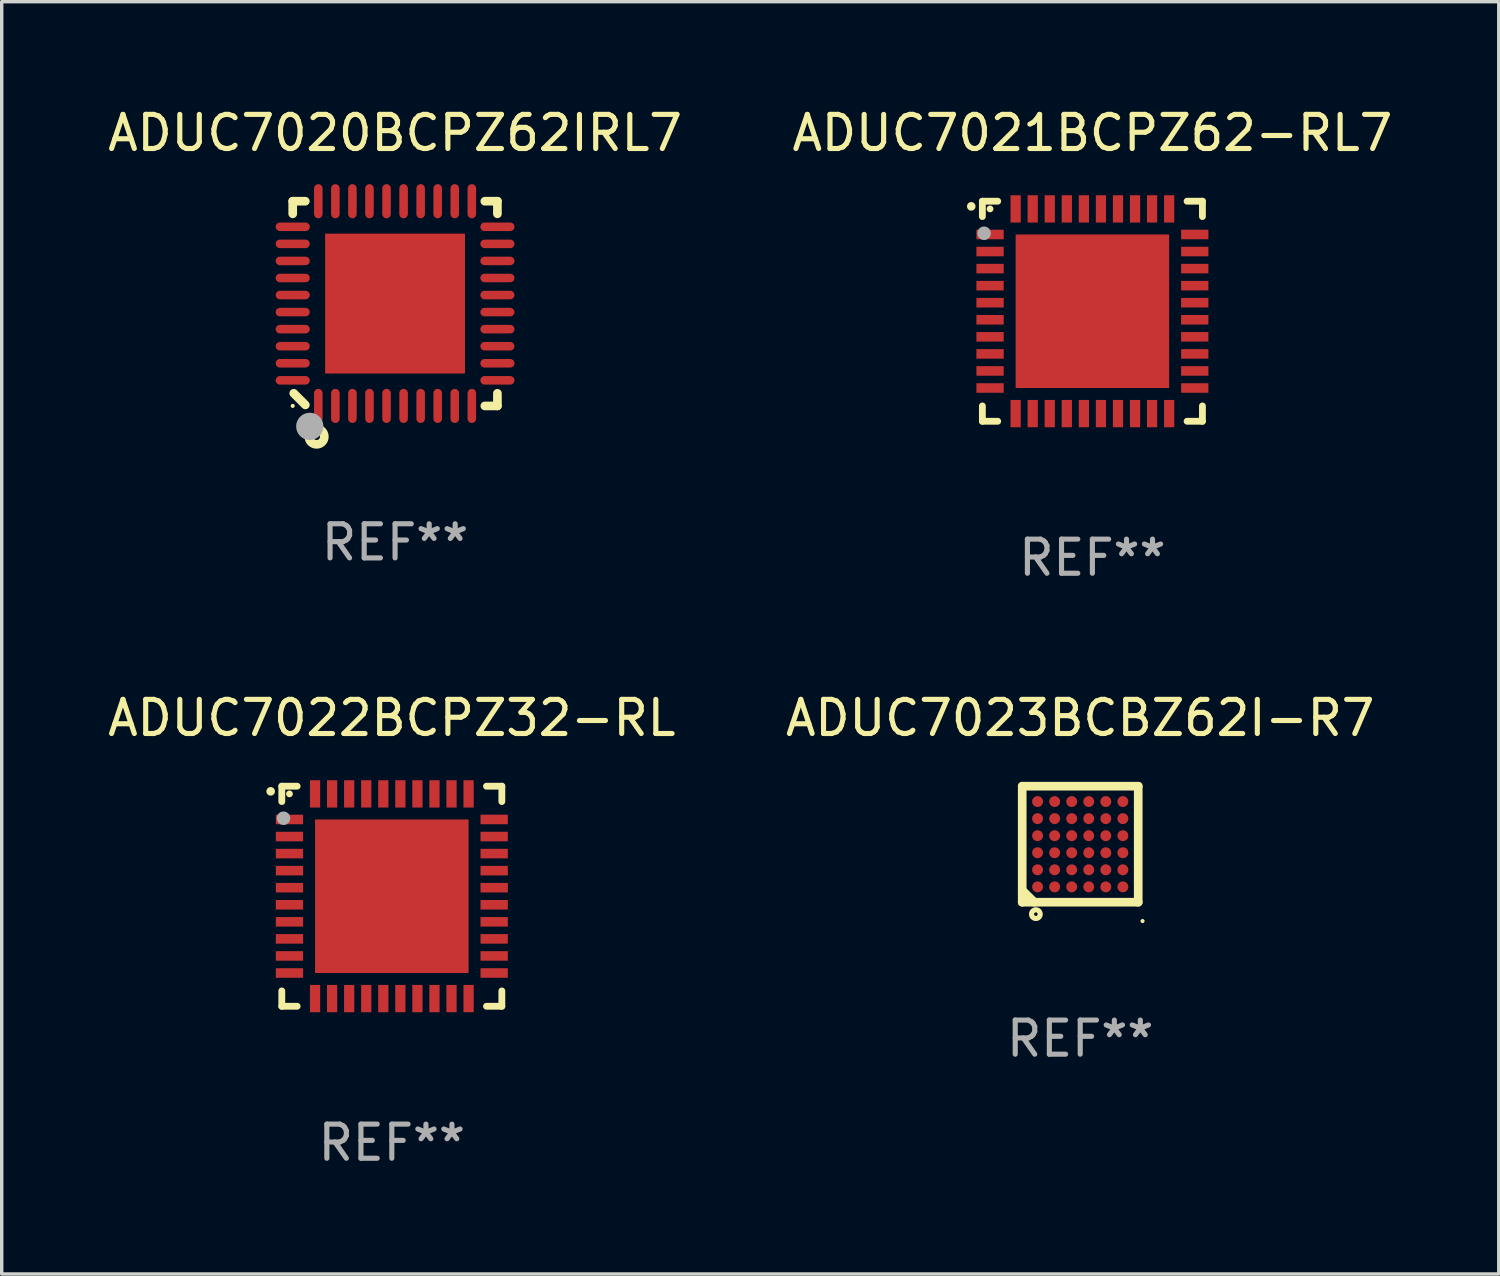
<source format=kicad_pcb>
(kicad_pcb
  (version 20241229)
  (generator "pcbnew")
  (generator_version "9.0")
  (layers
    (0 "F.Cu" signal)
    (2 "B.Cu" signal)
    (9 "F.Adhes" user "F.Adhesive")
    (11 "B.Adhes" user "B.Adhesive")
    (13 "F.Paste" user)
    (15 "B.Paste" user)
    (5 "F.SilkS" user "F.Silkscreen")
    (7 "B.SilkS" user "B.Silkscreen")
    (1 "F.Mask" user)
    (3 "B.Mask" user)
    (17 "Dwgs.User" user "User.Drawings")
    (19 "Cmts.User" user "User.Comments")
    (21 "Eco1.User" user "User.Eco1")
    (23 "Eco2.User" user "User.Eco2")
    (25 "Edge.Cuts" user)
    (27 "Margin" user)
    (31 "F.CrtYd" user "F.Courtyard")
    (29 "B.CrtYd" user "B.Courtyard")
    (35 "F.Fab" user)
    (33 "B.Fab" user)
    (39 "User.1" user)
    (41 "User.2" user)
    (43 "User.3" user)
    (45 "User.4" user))
  (footprint "ADUC7022BCPZ32-RL"
    (layer "F.Cu")
    (at 8.435 23.22)
    (property "Reference" "ADUC7022BCPZ32-RL" (at 0 -5.225 0) (layer "F.SilkS") (effects (font (size 1 1) (thickness 0.15))))
    (attr through_hole)
    (fp_line (start -3.225 -3.225) (end -2.775 -3.225) (stroke (width 0.2) (type solid)) (layer "F.SilkS"))
    (fp_line (start -3.225 -2.775) (end -3.225 -3.225) (stroke (width 0.2) (type solid)) (layer "F.SilkS"))
    (fp_line (start -3.225 2.775) (end -3.225 3.225) (stroke (width 0.2) (type solid)) (layer "F.SilkS"))
    (fp_line (start -3.225 3.225) (end -2.775 3.225) (stroke (width 0.2) (type solid)) (layer "F.SilkS"))
    (fp_line (start 2.775 -3.225) (end 3.225 -3.225) (stroke (width 0.2) (type solid)) (layer "F.SilkS"))
    (fp_line (start 2.775 3.225) (end 3.225 3.225) (stroke (width 0.2) (type solid)) (layer "F.SilkS"))
    (fp_line (start 3.225 -3.225) (end 3.225 -2.775) (stroke (width 0.2) (type solid)) (layer "F.SilkS"))
    (fp_line (start 3.225 3.225) (end 3.225 2.775) (stroke (width 0.2) (type solid)) (layer "F.SilkS"))
    (fp_arc (start -3.55094 -3.073406) (mid -3.550946 -3.074676) (end -3.55094 -3.075946) (stroke (width 0.25) (type solid)) (layer "F.SilkS"))
    (fp_circle (center -3 -3) (end -2.95 -3) (stroke (width 0.1) (type solid)) (fill no) (layer "F.SilkS"))
    (fp_circle (center -3.175 -2.286) (end -3.075 -2.286) (stroke (width 0.2) (type solid)) (fill no) (layer "F.Fab"))
    (fp_text user "REF**" (at 0 7.225 0) (layer "F.Fab") (effects (font (size 1 1) (thickness 0.15))))
    (pad "1" smd rect (at -3 -2.25) (size 0.8 0.28) (layers "F.Cu" "F.Mask" "F.Paste"))
    (pad "2" smd rect (at -3 -1.75) (size 0.8 0.28) (layers "F.Cu" "F.Mask" "F.Paste"))
    (pad "3" smd rect (at -3 -1.25) (size 0.8 0.28) (layers "F.Cu" "F.Mask" "F.Paste"))
    (pad "4" smd rect (at -3 -0.75) (size 0.8 0.28) (layers "F.Cu" "F.Mask" "F.Paste"))
    (pad "5" smd rect (at -3 -0.25) (size 0.8 0.28) (layers "F.Cu" "F.Mask" "F.Paste"))
    (pad "6" smd rect (at -3 0.25) (size 0.8 0.28) (layers "F.Cu" "F.Mask" "F.Paste"))
    (pad "7" smd rect (at -3 0.75) (size 0.8 0.28) (layers "F.Cu" "F.Mask" "F.Paste"))
    (pad "8" smd rect (at -3 1.25) (size 0.8 0.28) (layers "F.Cu" "F.Mask" "F.Paste"))
    (pad "9" smd rect (at -3 1.75) (size 0.8 0.28) (layers "F.Cu" "F.Mask" "F.Paste"))
    (pad "10" smd rect (at -3 2.25) (size 0.8 0.28) (layers "F.Cu" "F.Mask" "F.Paste"))
    (pad "11" smd rect (at -2.25 3) (size 0.3 0.8) (layers "F.Cu" "F.Mask" "F.Paste"))
    (pad "12" smd rect (at -1.75 3) (size 0.3 0.8) (layers "F.Cu" "F.Mask" "F.Paste"))
    (pad "13" smd rect (at -1.25 3) (size 0.3 0.8) (layers "F.Cu" "F.Mask" "F.Paste"))
    (pad "14" smd rect (at -0.75 3) (size 0.3 0.8) (layers "F.Cu" "F.Mask" "F.Paste"))
    (pad "15" smd rect (at -0.25 3) (size 0.3 0.8) (layers "F.Cu" "F.Mask" "F.Paste"))
    (pad "16" smd rect (at 0.25 3) (size 0.3 0.8) (layers "F.Cu" "F.Mask" "F.Paste"))
    (pad "17" smd rect (at 0.75 3) (size 0.3 0.8) (layers "F.Cu" "F.Mask" "F.Paste"))
    (pad "18" smd rect (at 1.25 3) (size 0.3 0.8) (layers "F.Cu" "F.Mask" "F.Paste"))
    (pad "19" smd rect (at 1.75 3) (size 0.3 0.8) (layers "F.Cu" "F.Mask" "F.Paste"))
    (pad "20" smd rect (at 2.25 3) (size 0.3 0.8) (layers "F.Cu" "F.Mask" "F.Paste"))
    (pad "21" smd rect (at 3 2.25) (size 0.8 0.28) (layers "F.Cu" "F.Mask" "F.Paste"))
    (pad "22" smd rect (at 3 1.75) (size 0.8 0.28) (layers "F.Cu" "F.Mask" "F.Paste"))
    (pad "23" smd rect (at 3 1.25) (size 0.8 0.28) (layers "F.Cu" "F.Mask" "F.Paste"))
    (pad "24" smd rect (at 3 0.75) (size 0.8 0.28) (layers "F.Cu" "F.Mask" "F.Paste"))
    (pad "25" smd rect (at 3 0.25) (size 0.8 0.28) (layers "F.Cu" "F.Mask" "F.Paste"))
    (pad "26" smd rect (at 3 -0.25) (size 0.8 0.28) (layers "F.Cu" "F.Mask" "F.Paste"))
    (pad "27" smd rect (at 3 -0.75) (size 0.8 0.28) (layers "F.Cu" "F.Mask" "F.Paste"))
    (pad "28" smd rect (at 3 -1.25) (size 0.8 0.28) (layers "F.Cu" "F.Mask" "F.Paste"))
    (pad "29" smd rect (at 3 -1.75) (size 0.8 0.28) (layers "F.Cu" "F.Mask" "F.Paste"))
    (pad "30" smd rect (at 3 -2.25) (size 0.8 0.28) (layers "F.Cu" "F.Mask" "F.Paste"))
    (pad "31" smd rect (at 2.25 -3) (size 0.3 0.8) (layers "F.Cu" "F.Mask" "F.Paste"))
    (pad "32" smd rect (at 1.75 -3) (size 0.3 0.8) (layers "F.Cu" "F.Mask" "F.Paste"))
    (pad "33" smd rect (at 1.25 -3) (size 0.3 0.8) (layers "F.Cu" "F.Mask" "F.Paste"))
    (pad "34" smd rect (at 0.75 -3) (size 0.3 0.8) (layers "F.Cu" "F.Mask" "F.Paste"))
    (pad "35" smd rect (at 0.25 -3) (size 0.3 0.8) (layers "F.Cu" "F.Mask" "F.Paste"))
    (pad "36" smd rect (at -0.25 -3) (size 0.3 0.8) (layers "F.Cu" "F.Mask" "F.Paste"))
    (pad "37" smd rect (at -0.75 -3) (size 0.3 0.8) (layers "F.Cu" "F.Mask" "F.Paste"))
    (pad "38" smd rect (at -1.25 -3) (size 0.3 0.8) (layers "F.Cu" "F.Mask" "F.Paste"))
    (pad "39" smd rect (at -1.75 -3) (size 0.3 0.8) (layers "F.Cu" "F.Mask" "F.Paste"))
    (pad "40" smd rect (at -2.25 -3) (size 0.3 0.8) (layers "F.Cu" "F.Mask" "F.Paste"))
    (pad "41" smd rect (at -0.000013 0) (size 4.5 4.5) (layers "F.Cu" "F.Mask" "F.Paste")))
  (footprint "ADUC7021BCPZ62-RL7"
    (layer "F.Cu")
    (at 28.97 6.073)
    (property "Reference" "ADUC7021BCPZ62-RL7" (at 0 -5.225 0) (layer "F.SilkS") (effects (font (size 1 1) (thickness 0.15))))
    (attr through_hole)
    (fp_line (start -3.225 -3.225) (end -2.775 -3.225) (stroke (width 0.2) (type solid)) (layer "F.SilkS"))
    (fp_line (start -3.225 -2.775) (end -3.225 -3.225) (stroke (width 0.2) (type solid)) (layer "F.SilkS"))
    (fp_line (start -3.225 2.775) (end -3.225 3.225) (stroke (width 0.2) (type solid)) (layer "F.SilkS"))
    (fp_line (start -3.225 3.225) (end -2.775 3.225) (stroke (width 0.2) (type solid)) (layer "F.SilkS"))
    (fp_line (start 2.775 -3.225) (end 3.225 -3.225) (stroke (width 0.2) (type solid)) (layer "F.SilkS"))
    (fp_line (start 2.775 3.225) (end 3.225 3.225) (stroke (width 0.2) (type solid)) (layer "F.SilkS"))
    (fp_line (start 3.225 -3.225) (end 3.225 -2.775) (stroke (width 0.2) (type solid)) (layer "F.SilkS"))
    (fp_line (start 3.225 3.225) (end 3.225 2.775) (stroke (width 0.2) (type solid)) (layer "F.SilkS"))
    (fp_arc (start -3.55094 -3.073406) (mid -3.550946 -3.074676) (end -3.55094 -3.075946) (stroke (width 0.25) (type solid)) (layer "F.SilkS"))
    (fp_circle (center -3 -3) (end -2.95 -3) (stroke (width 0.1) (type solid)) (fill no) (layer "F.SilkS"))
    (fp_circle (center -3.175 -2.286) (end -3.075 -2.286) (stroke (width 0.2) (type solid)) (fill no) (layer "F.Fab"))
    (fp_text user "REF**" (at 0 7.225 0) (layer "F.Fab") (effects (font (size 1 1) (thickness 0.15))))
    (pad "1" smd rect (at -3 -2.25) (size 0.8 0.28) (layers "F.Cu" "F.Mask" "F.Paste"))
    (pad "2" smd rect (at -3 -1.75) (size 0.8 0.28) (layers "F.Cu" "F.Mask" "F.Paste"))
    (pad "3" smd rect (at -3 -1.25) (size 0.8 0.28) (layers "F.Cu" "F.Mask" "F.Paste"))
    (pad "4" smd rect (at -3 -0.75) (size 0.8 0.28) (layers "F.Cu" "F.Mask" "F.Paste"))
    (pad "5" smd rect (at -3 -0.25) (size 0.8 0.28) (layers "F.Cu" "F.Mask" "F.Paste"))
    (pad "6" smd rect (at -3 0.25) (size 0.8 0.28) (layers "F.Cu" "F.Mask" "F.Paste"))
    (pad "7" smd rect (at -3 0.75) (size 0.8 0.28) (layers "F.Cu" "F.Mask" "F.Paste"))
    (pad "8" smd rect (at -3 1.25) (size 0.8 0.28) (layers "F.Cu" "F.Mask" "F.Paste"))
    (pad "9" smd rect (at -3 1.75) (size 0.8 0.28) (layers "F.Cu" "F.Mask" "F.Paste"))
    (pad "10" smd rect (at -3 2.25) (size 0.8 0.28) (layers "F.Cu" "F.Mask" "F.Paste"))
    (pad "11" smd rect (at -2.25 3) (size 0.3 0.8) (layers "F.Cu" "F.Mask" "F.Paste"))
    (pad "12" smd rect (at -1.75 3) (size 0.3 0.8) (layers "F.Cu" "F.Mask" "F.Paste"))
    (pad "13" smd rect (at -1.25 3) (size 0.3 0.8) (layers "F.Cu" "F.Mask" "F.Paste"))
    (pad "14" smd rect (at -0.75 3) (size 0.3 0.8) (layers "F.Cu" "F.Mask" "F.Paste"))
    (pad "15" smd rect (at -0.25 3) (size 0.3 0.8) (layers "F.Cu" "F.Mask" "F.Paste"))
    (pad "16" smd rect (at 0.25 3) (size 0.3 0.8) (layers "F.Cu" "F.Mask" "F.Paste"))
    (pad "17" smd rect (at 0.75 3) (size 0.3 0.8) (layers "F.Cu" "F.Mask" "F.Paste"))
    (pad "18" smd rect (at 1.25 3) (size 0.3 0.8) (layers "F.Cu" "F.Mask" "F.Paste"))
    (pad "19" smd rect (at 1.75 3) (size 0.3 0.8) (layers "F.Cu" "F.Mask" "F.Paste"))
    (pad "20" smd rect (at 2.25 3) (size 0.3 0.8) (layers "F.Cu" "F.Mask" "F.Paste"))
    (pad "21" smd rect (at 3 2.25) (size 0.8 0.28) (layers "F.Cu" "F.Mask" "F.Paste"))
    (pad "22" smd rect (at 3 1.75) (size 0.8 0.28) (layers "F.Cu" "F.Mask" "F.Paste"))
    (pad "23" smd rect (at 3 1.25) (size 0.8 0.28) (layers "F.Cu" "F.Mask" "F.Paste"))
    (pad "24" smd rect (at 3 0.75) (size 0.8 0.28) (layers "F.Cu" "F.Mask" "F.Paste"))
    (pad "25" smd rect (at 3 0.25) (size 0.8 0.28) (layers "F.Cu" "F.Mask" "F.Paste"))
    (pad "26" smd rect (at 3 -0.25) (size 0.8 0.28) (layers "F.Cu" "F.Mask" "F.Paste"))
    (pad "27" smd rect (at 3 -0.75) (size 0.8 0.28) (layers "F.Cu" "F.Mask" "F.Paste"))
    (pad "28" smd rect (at 3 -1.25) (size 0.8 0.28) (layers "F.Cu" "F.Mask" "F.Paste"))
    (pad "29" smd rect (at 3 -1.75) (size 0.8 0.28) (layers "F.Cu" "F.Mask" "F.Paste"))
    (pad "30" smd rect (at 3 -2.25) (size 0.8 0.28) (layers "F.Cu" "F.Mask" "F.Paste"))
    (pad "31" smd rect (at 2.25 -3) (size 0.3 0.8) (layers "F.Cu" "F.Mask" "F.Paste"))
    (pad "32" smd rect (at 1.75 -3) (size 0.3 0.8) (layers "F.Cu" "F.Mask" "F.Paste"))
    (pad "33" smd rect (at 1.25 -3) (size 0.3 0.8) (layers "F.Cu" "F.Mask" "F.Paste"))
    (pad "34" smd rect (at 0.75 -3) (size 0.3 0.8) (layers "F.Cu" "F.Mask" "F.Paste"))
    (pad "35" smd rect (at 0.25 -3) (size 0.3 0.8) (layers "F.Cu" "F.Mask" "F.Paste"))
    (pad "36" smd rect (at -0.25 -3) (size 0.3 0.8) (layers "F.Cu" "F.Mask" "F.Paste"))
    (pad "37" smd rect (at -0.75 -3) (size 0.3 0.8) (layers "F.Cu" "F.Mask" "F.Paste"))
    (pad "38" smd rect (at -1.25 -3) (size 0.3 0.8) (layers "F.Cu" "F.Mask" "F.Paste"))
    (pad "39" smd rect (at -1.75 -3) (size 0.3 0.8) (layers "F.Cu" "F.Mask" "F.Paste"))
    (pad "40" smd rect (at -2.25 -3) (size 0.3 0.8) (layers "F.Cu" "F.Mask" "F.Paste"))
    (pad "41" smd rect (at -0.000013 0) (size 4.5 4.5) (layers "F.Cu" "F.Mask" "F.Paste")))
  (footprint "ADUC7020BCPZ62IRL7"
    (layer "F.Cu")
    (at 8.53 5.848)
    (property "Reference" "ADUC7020BCPZ62IRL7" (at 0 -5 0) (layer "F.SilkS") (effects (font (size 1 1) (thickness 0.15))))
    (attr through_hole)
    (fp_line (start -3 -3) (end -3 -2.631) (stroke (width 0.254) (type solid)) (layer "F.SilkS"))
    (fp_line (start -2.631 -3) (end -3 -3) (stroke (width 0.254) (type solid)) (layer "F.SilkS"))
    (fp_line (start -2.63 2.97) (end -2.97 2.63) (stroke (width 0.254) (type solid)) (layer "F.SilkS"))
    (fp_line (start 2.631 -3) (end 3 -3) (stroke (width 0.254) (type solid)) (layer "F.SilkS"))
    (fp_line (start 3 -3) (end 3 -2.631) (stroke (width 0.254) (type solid)) (layer "F.SilkS"))
    (fp_line (start 3 2.631) (end 3 3) (stroke (width 0.254) (type solid)) (layer "F.SilkS"))
    (fp_line (start 3 3) (end 2.631 3) (stroke (width 0.254) (type solid)) (layer "F.SilkS"))
    (fp_circle (center -3 3) (end -2.97 3) (stroke (width 0.06) (type solid)) (fill no) (layer "F.SilkS"))
    (fp_circle (center -2.3 3.9) (end -2.2 3.9) (stroke (width 0.254) (type solid)) (fill no) (layer "F.SilkS"))
    (fp_circle (center -2.5 3.6) (end -2.3 3.6) (stroke (width 0.4) (type solid)) (fill no) (layer "F.Fab"))
    (fp_text user "REF**" (at 0 7 0) (layer "F.Fab") (effects (font (size 1 1) (thickness 0.15))))
    (pad "1" smd oval (at -2.25 3) (size 0.25 1) (layers "F.Cu" "F.Mask" "F.Paste"))
    (pad "2" smd oval (at -1.75 3) (size 0.25 1) (layers "F.Cu" "F.Mask" "F.Paste"))
    (pad "3" smd oval (at -1.25 3) (size 0.25 1) (layers "F.Cu" "F.Mask" "F.Paste"))
    (pad "4" smd oval (at -0.75 3) (size 0.25 1) (layers "F.Cu" "F.Mask" "F.Paste"))
    (pad "5" smd oval (at -0.25 3) (size 0.25 1) (layers "F.Cu" "F.Mask" "F.Paste"))
    (pad "6" smd oval (at 0.25 3) (size 0.25 1) (layers "F.Cu" "F.Mask" "F.Paste"))
    (pad "7" smd oval (at 0.75 3) (size 0.25 1) (layers "F.Cu" "F.Mask" "F.Paste"))
    (pad "8" smd oval (at 1.25 3) (size 0.25 1) (layers "F.Cu" "F.Mask" "F.Paste"))
    (pad "9" smd oval (at 1.75 3) (size 0.25 1) (layers "F.Cu" "F.Mask" "F.Paste"))
    (pad "10" smd oval (at 2.25 3) (size 0.25 1) (layers "F.Cu" "F.Mask" "F.Paste"))
    (pad "11" smd oval (at 3 2.25 90) (size 0.25 1) (layers "F.Cu" "F.Mask" "F.Paste"))
    (pad "12" smd oval (at 3 1.75 90) (size 0.25 1) (layers "F.Cu" "F.Mask" "F.Paste"))
    (pad "13" smd oval (at 3 1.25 90) (size 0.25 1) (layers "F.Cu" "F.Mask" "F.Paste"))
    (pad "14" smd oval (at 3 0.75 90) (size 0.25 1) (layers "F.Cu" "F.Mask" "F.Paste"))
    (pad "15" smd oval (at 3 0.25 90) (size 0.25 1) (layers "F.Cu" "F.Mask" "F.Paste"))
    (pad "16" smd oval (at 3 -0.25 90) (size 0.25 1) (layers "F.Cu" "F.Mask" "F.Paste"))
    (pad "17" smd oval (at 3 -0.75 90) (size 0.25 1) (layers "F.Cu" "F.Mask" "F.Paste"))
    (pad "18" smd oval (at 3 -1.25 90) (size 0.25 1) (layers "F.Cu" "F.Mask" "F.Paste"))
    (pad "19" smd oval (at 3 -1.75 90) (size 0.25 1) (layers "F.Cu" "F.Mask" "F.Paste"))
    (pad "20" smd oval (at 3 -2.25 90) (size 0.25 1) (layers "F.Cu" "F.Mask" "F.Paste"))
    (pad "21" smd oval (at 2.25 -3 180) (size 0.25 1) (layers "F.Cu" "F.Mask" "F.Paste"))
    (pad "22" smd oval (at 1.75 -3 180) (size 0.25 1) (layers "F.Cu" "F.Mask" "F.Paste"))
    (pad "23" smd oval (at 1.25 -3 180) (size 0.25 1) (layers "F.Cu" "F.Mask" "F.Paste"))
    (pad "24" smd oval (at 0.75 -3 180) (size 0.25 1) (layers "F.Cu" "F.Mask" "F.Paste"))
    (pad "25" smd oval (at 0.25 -3 180) (size 0.25 1) (layers "F.Cu" "F.Mask" "F.Paste"))
    (pad "26" smd oval (at -0.25 -3 180) (size 0.25 1) (layers "F.Cu" "F.Mask" "F.Paste"))
    (pad "27" smd oval (at -0.75 -3 180) (size 0.25 1) (layers "F.Cu" "F.Mask" "F.Paste"))
    (pad "28" smd oval (at -1.25 -3 180) (size 0.25 1) (layers "F.Cu" "F.Mask" "F.Paste"))
    (pad "29" smd oval (at -1.75 -3 180) (size 0.25 1) (layers "F.Cu" "F.Mask" "F.Paste"))
    (pad "30" smd oval (at -2.25 -3 180) (size 0.25 1) (layers "F.Cu" "F.Mask" "F.Paste"))
    (pad "31" smd oval (at -3 -2.25 270) (size 0.25 1) (layers "F.Cu" "F.Mask" "F.Paste"))
    (pad "32" smd oval (at -3 -1.75 270) (size 0.25 1) (layers "F.Cu" "F.Mask" "F.Paste"))
    (pad "33" smd oval (at -3 -1.25 270) (size 0.25 1) (layers "F.Cu" "F.Mask" "F.Paste"))
    (pad "34" smd oval (at -3 -0.75 270) (size 0.25 1) (layers "F.Cu" "F.Mask" "F.Paste"))
    (pad "35" smd oval (at -3 -0.25 270) (size 0.25 1) (layers "F.Cu" "F.Mask" "F.Paste"))
    (pad "36" smd oval (at -3 0.25 270) (size 0.25 1) (layers "F.Cu" "F.Mask" "F.Paste"))
    (pad "37" smd oval (at -3 0.75 270) (size 0.25 1) (layers "F.Cu" "F.Mask" "F.Paste"))
    (pad "38" smd oval (at -3 1.25 270) (size 0.25 1) (layers "F.Cu" "F.Mask" "F.Paste"))
    (pad "39" smd oval (at -3 1.75 270) (size 0.25 1) (layers "F.Cu" "F.Mask" "F.Paste"))
    (pad "40" smd oval (at -3 2.25 270) (size 0.25 1) (layers "F.Cu" "F.Mask" "F.Paste"))
    (pad "41" smd rect (at 0 0) (size 4.1 4.1) (layers "F.Cu" "F.Mask" "F.Paste")))
  (footprint "ADUC7023BCBZ62I-R7"
    (layer "F.Cu")
    (at 28.613 21.695)
    (property "Reference" "ADUC7023BCBZ62I-R7" (at 0 -3.7 0) (layer "F.SilkS") (effects (font (size 1 1) (thickness 0.15))))
    (attr through_hole)
    (fp_line (start -1.7 1.351) (end -1.35 1.699) (stroke (width 0.254) (type solid)) (layer "F.SilkS"))
    (fp_line (start -1.7 -1.7) (end 1.7 -1.7) (stroke (width 0.254) (type solid)) (layer "F.SilkS"))
    (fp_line (start -1.7 1.7) (end -1.7 -1.7) (stroke (width 0.254) (type solid)) (layer "F.SilkS"))
    (fp_line (start 1.7 -1.7) (end 1.7 1.7) (stroke (width 0.254) (type solid)) (layer "F.SilkS"))
    (fp_line (start 1.7 1.7) (end -1.7 1.7) (stroke (width 0.254) (type solid)) (layer "F.SilkS"))
    (fp_circle (center -1.3 2.05) (end -1.173 2.05) (stroke (width 0.15) (type solid)) (fill no) (layer "F.SilkS"))
    (fp_circle (center 1.827 2.252) (end 1.857 2.252) (stroke (width 0.06) (type solid)) (fill no) (layer "F.SilkS"))
    (fp_text user "REF**" (at 0 5.7 0) (layer "F.Fab") (effects (font (size 1 1) (thickness 0.15))))
    (pad "A1" smd circle (at -1.25 1.25) (size 0.32 0.32) (layers "F.Cu" "F.Mask" "F.Paste"))
    (pad "A2" smd circle (at -1.25 0.75) (size 0.32 0.32) (layers "F.Cu" "F.Mask" "F.Paste"))
    (pad "A3" smd circle (at -1.25 0.25) (size 0.32 0.32) (layers "F.Cu" "F.Mask" "F.Paste"))
    (pad "A4" smd circle (at -1.25 -0.25) (size 0.32 0.32) (layers "F.Cu" "F.Mask" "F.Paste"))
    (pad "A5" smd circle (at -1.25 -0.75) (size 0.32 0.32) (layers "F.Cu" "F.Mask" "F.Paste"))
    (pad "A6" smd circle (at -1.25 -1.25) (size 0.32 0.32) (layers "F.Cu" "F.Mask" "F.Paste"))
    (pad "B1" smd circle (at -0.75 1.25) (size 0.32 0.32) (layers "F.Cu" "F.Mask" "F.Paste"))
    (pad "B2" smd circle (at -0.75 0.75) (size 0.32 0.32) (layers "F.Cu" "F.Mask" "F.Paste"))
    (pad "B3" smd circle (at -0.75 0.25) (size 0.32 0.32) (layers "F.Cu" "F.Mask" "F.Paste"))
    (pad "B4" smd circle (at -0.75 -0.25) (size 0.32 0.32) (layers "F.Cu" "F.Mask" "F.Paste"))
    (pad "B5" smd circle (at -0.75 -0.75) (size 0.32 0.32) (layers "F.Cu" "F.Mask" "F.Paste"))
    (pad "B6" smd circle (at -0.75 -1.25) (size 0.32 0.32) (layers "F.Cu" "F.Mask" "F.Paste"))
    (pad "C1" smd circle (at -0.25 1.25) (size 0.32 0.32) (layers "F.Cu" "F.Mask" "F.Paste"))
    (pad "C2" smd circle (at -0.25 0.75) (size 0.32 0.32) (layers "F.Cu" "F.Mask" "F.Paste"))
    (pad "C3" smd circle (at -0.25 0.25) (size 0.32 0.32) (layers "F.Cu" "F.Mask" "F.Paste"))
    (pad "C4" smd circle (at -0.25 -0.25) (size 0.32 0.32) (layers "F.Cu" "F.Mask" "F.Paste"))
    (pad "C5" smd circle (at -0.25 -0.75) (size 0.32 0.32) (layers "F.Cu" "F.Mask" "F.Paste"))
    (pad "C6" smd circle (at -0.25 -1.25) (size 0.32 0.32) (layers "F.Cu" "F.Mask" "F.Paste"))
    (pad "D1" smd circle (at 0.25 1.25) (size 0.32 0.32) (layers "F.Cu" "F.Mask" "F.Paste"))
    (pad "D2" smd circle (at 0.25 0.75) (size 0.32 0.32) (layers "F.Cu" "F.Mask" "F.Paste"))
    (pad "D3" smd circle (at 0.25 0.25) (size 0.32 0.32) (layers "F.Cu" "F.Mask" "F.Paste"))
    (pad "D4" smd circle (at 0.25 -0.25) (size 0.32 0.32) (layers "F.Cu" "F.Mask" "F.Paste"))
    (pad "D5" smd circle (at 0.25 -0.75) (size 0.32 0.32) (layers "F.Cu" "F.Mask" "F.Paste"))
    (pad "D6" smd circle (at 0.25 -1.25) (size 0.32 0.32) (layers "F.Cu" "F.Mask" "F.Paste"))
    (pad "E1" smd circle (at 0.75 1.25) (size 0.32 0.32) (layers "F.Cu" "F.Mask" "F.Paste"))
    (pad "E2" smd circle (at 0.75 0.75) (size 0.32 0.32) (layers "F.Cu" "F.Mask" "F.Paste"))
    (pad "E3" smd circle (at 0.75 0.25) (size 0.32 0.32) (layers "F.Cu" "F.Mask" "F.Paste"))
    (pad "E4" smd circle (at 0.75 -0.25) (size 0.32 0.32) (layers "F.Cu" "F.Mask" "F.Paste"))
    (pad "E5" smd circle (at 0.75 -0.75) (size 0.32 0.32) (layers "F.Cu" "F.Mask" "F.Paste"))
    (pad "E6" smd circle (at 0.75 -1.25) (size 0.32 0.32) (layers "F.Cu" "F.Mask" "F.Paste"))
    (pad "F1" smd circle (at 1.25 1.25) (size 0.32 0.32) (layers "F.Cu" "F.Mask" "F.Paste"))
    (pad "F2" smd circle (at 1.25 0.75) (size 0.32 0.32) (layers "F.Cu" "F.Mask" "F.Paste"))
    (pad "F3" smd circle (at 1.25 0.25) (size 0.32 0.32) (layers "F.Cu" "F.Mask" "F.Paste"))
    (pad "F4" smd circle (at 1.25 -0.25) (size 0.32 0.32) (layers "F.Cu" "F.Mask" "F.Paste"))
    (pad "F5" smd circle (at 1.25 -0.75) (size 0.32 0.32) (layers "F.Cu" "F.Mask" "F.Paste"))
    (pad "F6" smd circle (at 1.25 -1.25) (size 0.32 0.32) (layers "F.Cu" "F.Mask" "F.Paste")))
  (gr_rect
    (start -3 -3)
    (end 40.881 34.293)
    (stroke (width 0.1) (type default))
    (fill no)
    (layer "Edge.Cuts")))
</source>
